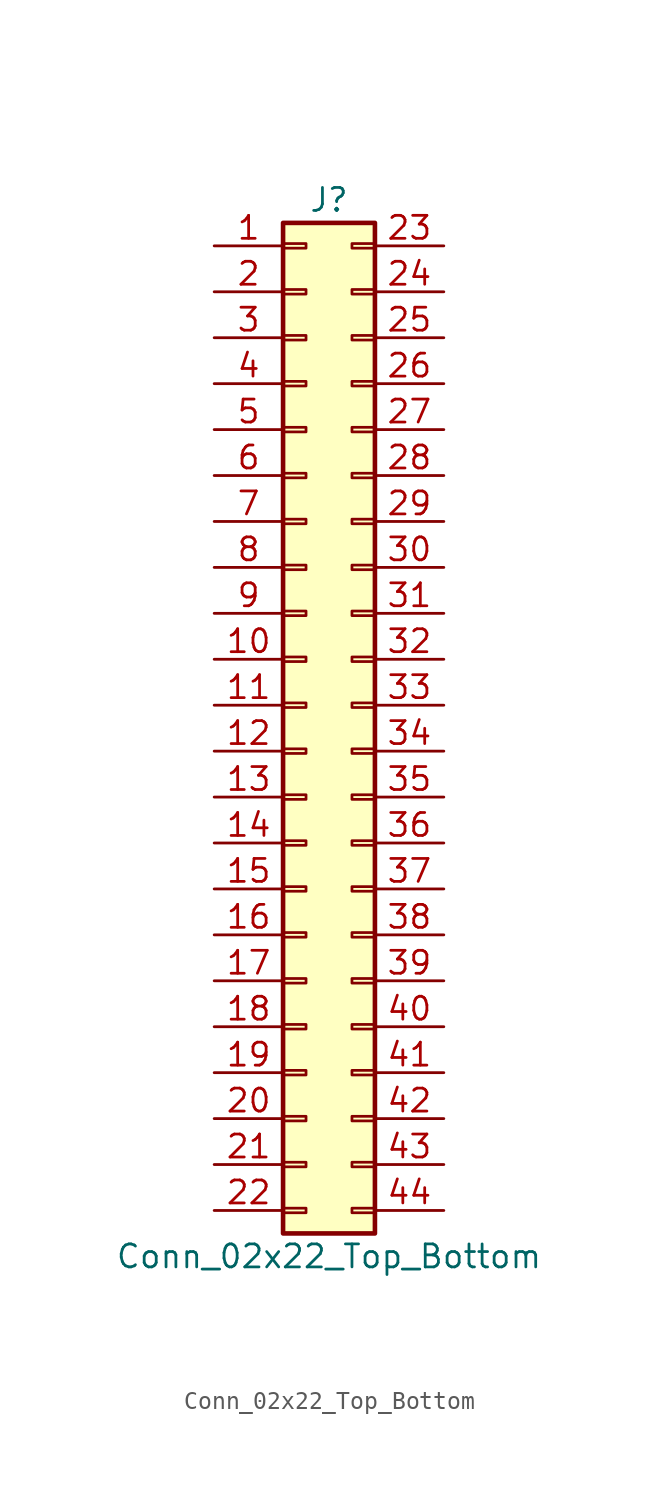
<source format=kicad_sym>
(kicad_symbol_lib
  (version 20211014)
  (generator kicad_symbol_editor)
  (symbol "Conn_02x22_Top_Bottom"
    (pin_names
      (offset 1.016) hide)
    (property "Reference" "J"
      (at 1.27 27.94 0)
      (effects (font (size 1.27 1.27))))
    (property "Value" "Conn_02x22_Top_Bottom"
      (at 1.27 -30.48 0)
      (effects (font (size 1.27 1.27))))
    (symbol "Conn_02x22_Top_Bottom_1_1"
      (rectangle (start -1.27 -27.813) (end 0 -28.067) (stroke (width 0.152) (type default) (color 0 0 0 0)) (fill (type none)))
      (rectangle (start -1.27 -25.273) (end 0 -25.527) (stroke (width 0.152) (type default) (color 0 0 0 0)) (fill (type none)))
      (rectangle (start -1.27 -22.733) (end 0 -22.987) (stroke (width 0.152) (type default) (color 0 0 0 0)) (fill (type none)))
      (rectangle (start -1.27 -20.193) (end 0 -20.447) (stroke (width 0.152) (type default) (color 0 0 0 0)) (fill (type none)))
      (rectangle (start -1.27 -17.653) (end 0 -17.907) (stroke (width 0.152) (type default) (color 0 0 0 0)) (fill (type none)))
      (rectangle (start -1.27 -15.113) (end 0 -15.367) (stroke (width 0.152) (type default) (color 0 0 0 0)) (fill (type none)))
      (rectangle (start -1.27 -12.573) (end 0 -12.827) (stroke (width 0.152) (type default) (color 0 0 0 0)) (fill (type none)))
      (rectangle (start -1.27 -10.033) (end 0 -10.287) (stroke (width 0.152) (type default) (color 0 0 0 0)) (fill (type none)))
      (rectangle (start -1.27 -7.493) (end 0 -7.747) (stroke (width 0.152) (type default) (color 0 0 0 0)) (fill (type none)))
      (rectangle (start -1.27 -4.953) (end 0 -5.207) (stroke (width 0.152) (type default) (color 0 0 0 0)) (fill (type none)))
      (rectangle (start -1.27 -2.413) (end 0 -2.667) (stroke (width 0.152) (type default) (color 0 0 0 0)) (fill (type none)))
      (rectangle (start -1.27 0.127) (end 0 -0.127) (stroke (width 0.152) (type default) (color 0 0 0 0)) (fill (type none)))
      (rectangle (start -1.27 2.667) (end 0 2.413) (stroke (width 0.152) (type default) (color 0 0 0 0)) (fill (type none)))
      (rectangle (start -1.27 5.207) (end 0 4.953) (stroke (width 0.152) (type default) (color 0 0 0 0)) (fill (type none)))
      (rectangle (start -1.27 7.747) (end 0 7.493) (stroke (width 0.152) (type default) (color 0 0 0 0)) (fill (type none)))
      (rectangle (start -1.27 10.287) (end 0 10.033) (stroke (width 0.152) (type default) (color 0 0 0 0)) (fill (type none)))
      (rectangle (start -1.27 12.827) (end 0 12.573) (stroke (width 0.152) (type default) (color 0 0 0 0)) (fill (type none)))
      (rectangle (start -1.27 15.367) (end 0 15.113) (stroke (width 0.152) (type default) (color 0 0 0 0)) (fill (type none)))
      (rectangle (start -1.27 17.907) (end 0 17.653) (stroke (width 0.152) (type default) (color 0 0 0 0)) (fill (type none)))
      (rectangle (start -1.27 20.447) (end 0 20.193) (stroke (width 0.152) (type default) (color 0 0 0 0)) (fill (type none)))
      (rectangle (start -1.27 22.987) (end 0 22.733) (stroke (width 0.152) (type default) (color 0 0 0 0)) (fill (type none)))
      (rectangle (start -1.27 25.527) (end 0 25.273) (stroke (width 0.152) (type default) (color 0 0 0 0)) (fill (type none)))
      (rectangle (start -1.27 26.67) (end 3.81 -29.21) (stroke (width 0.254) (type default) (color 0 0 0 0)) (fill (type background)))
      (rectangle (start 3.81 -27.813) (end 2.54 -28.067) (stroke (width 0.152) (type default) (color 0 0 0 0)) (fill (type none)))
      (rectangle (start 3.81 -25.273) (end 2.54 -25.527) (stroke (width 0.152) (type default) (color 0 0 0 0)) (fill (type none)))
      (rectangle (start 3.81 -22.733) (end 2.54 -22.987) (stroke (width 0.152) (type default) (color 0 0 0 0)) (fill (type none)))
      (rectangle (start 3.81 -20.193) (end 2.54 -20.447) (stroke (width 0.152) (type default) (color 0 0 0 0)) (fill (type none)))
      (rectangle (start 3.81 -17.653) (end 2.54 -17.907) (stroke (width 0.152) (type default) (color 0 0 0 0)) (fill (type none)))
      (rectangle (start 3.81 -15.113) (end 2.54 -15.367) (stroke (width 0.152) (type default) (color 0 0 0 0)) (fill (type none)))
      (rectangle (start 3.81 -12.573) (end 2.54 -12.827) (stroke (width 0.152) (type default) (color 0 0 0 0)) (fill (type none)))
      (rectangle (start 3.81 -10.033) (end 2.54 -10.287) (stroke (width 0.152) (type default) (color 0 0 0 0)) (fill (type none)))
      (rectangle (start 3.81 -7.493) (end 2.54 -7.747) (stroke (width 0.152) (type default) (color 0 0 0 0)) (fill (type none)))
      (rectangle (start 3.81 -4.953) (end 2.54 -5.207) (stroke (width 0.152) (type default) (color 0 0 0 0)) (fill (type none)))
      (rectangle (start 3.81 -2.413) (end 2.54 -2.667) (stroke (width 0.152) (type default) (color 0 0 0 0)) (fill (type none)))
      (rectangle (start 3.81 0.127) (end 2.54 -0.127) (stroke (width 0.152) (type default) (color 0 0 0 0)) (fill (type none)))
      (rectangle (start 3.81 2.667) (end 2.54 2.413) (stroke (width 0.152) (type default) (color 0 0 0 0)) (fill (type none)))
      (rectangle (start 3.81 5.207) (end 2.54 4.953) (stroke (width 0.152) (type default) (color 0 0 0 0)) (fill (type none)))
      (rectangle (start 3.81 7.747) (end 2.54 7.493) (stroke (width 0.152) (type default) (color 0 0 0 0)) (fill (type none)))
      (rectangle (start 3.81 10.287) (end 2.54 10.033) (stroke (width 0.152) (type default) (color 0 0 0 0)) (fill (type none)))
      (rectangle (start 3.81 12.827) (end 2.54 12.573) (stroke (width 0.152) (type default) (color 0 0 0 0)) (fill (type none)))
      (rectangle (start 3.81 15.367) (end 2.54 15.113) (stroke (width 0.152) (type default) (color 0 0 0 0)) (fill (type none)))
      (rectangle (start 3.81 17.907) (end 2.54 17.653) (stroke (width 0.152) (type default) (color 0 0 0 0)) (fill (type none)))
      (rectangle (start 3.81 20.447) (end 2.54 20.193) (stroke (width 0.152) (type default) (color 0 0 0 0)) (fill (type none)))
      (rectangle (start 3.81 22.987) (end 2.54 22.733) (stroke (width 0.152) (type default) (color 0 0 0 0)) (fill (type none)))
      (rectangle (start 3.81 25.527) (end 2.54 25.273) (stroke (width 0.152) (type default) (color 0 0 0 0)) (fill (type none)))
      (pin passive line (at -5.08 25.4 0) (length 3.81) (name "Pin_1" (effects (font (size 1.27 1.27)))) (number "1" (effects (font (size 1.27 1.27)))))
      (pin passive line (at -5.08 2.54 0) (length 3.81) (name "Pin_10" (effects (font (size 1.27 1.27)))) (number "10" (effects (font (size 1.27 1.27)))))
      (pin passive line (at -5.08 0 0) (length 3.81) (name "Pin_11" (effects (font (size 1.27 1.27)))) (number "11" (effects (font (size 1.27 1.27)))))
      (pin passive line (at -5.08 -2.54 0) (length 3.81) (name "Pin_12" (effects (font (size 1.27 1.27)))) (number "12" (effects (font (size 1.27 1.27)))))
      (pin passive line (at -5.08 -5.08 0) (length 3.81) (name "Pin_13" (effects (font (size 1.27 1.27)))) (number "13" (effects (font (size 1.27 1.27)))))
      (pin passive line (at -5.08 -7.62 0) (length 3.81) (name "Pin_14" (effects (font (size 1.27 1.27)))) (number "14" (effects (font (size 1.27 1.27)))))
      (pin passive line (at -5.08 -10.16 0) (length 3.81) (name "Pin_15" (effects (font (size 1.27 1.27)))) (number "15" (effects (font (size 1.27 1.27)))))
      (pin passive line (at -5.08 -12.7 0) (length 3.81) (name "Pin_16" (effects (font (size 1.27 1.27)))) (number "16" (effects (font (size 1.27 1.27)))))
      (pin passive line (at -5.08 -15.24 0) (length 3.81) (name "Pin_17" (effects (font (size 1.27 1.27)))) (number "17" (effects (font (size 1.27 1.27)))))
      (pin passive line (at -5.08 -17.78 0) (length 3.81) (name "Pin_18" (effects (font (size 1.27 1.27)))) (number "18" (effects (font (size 1.27 1.27)))))
      (pin passive line (at -5.08 -20.32 0) (length 3.81) (name "Pin_19" (effects (font (size 1.27 1.27)))) (number "19" (effects (font (size 1.27 1.27)))))
      (pin passive line (at -5.08 22.86 0) (length 3.81) (name "Pin_2" (effects (font (size 1.27 1.27)))) (number "2" (effects (font (size 1.27 1.27)))))
      (pin passive line (at -5.08 -22.86 0) (length 3.81) (name "Pin_20" (effects (font (size 1.27 1.27)))) (number "20" (effects (font (size 1.27 1.27)))))
      (pin passive line (at -5.08 -25.4 0) (length 3.81) (name "Pin_21" (effects (font (size 1.27 1.27)))) (number "21" (effects (font (size 1.27 1.27)))))
      (pin passive line (at -5.08 -27.94 0) (length 3.81) (name "Pin_22" (effects (font (size 1.27 1.27)))) (number "22" (effects (font (size 1.27 1.27)))))
      (pin passive line (at 7.62 25.4 180) (length 3.81) (name "Pin_23" (effects (font (size 1.27 1.27)))) (number "23" (effects (font (size 1.27 1.27)))))
      (pin passive line (at 7.62 22.86 180) (length 3.81) (name "Pin_24" (effects (font (size 1.27 1.27)))) (number "24" (effects (font (size 1.27 1.27)))))
      (pin passive line (at 7.62 20.32 180) (length 3.81) (name "Pin_25" (effects (font (size 1.27 1.27)))) (number "25" (effects (font (size 1.27 1.27)))))
      (pin passive line (at 7.62 17.78 180) (length 3.81) (name "Pin_26" (effects (font (size 1.27 1.27)))) (number "26" (effects (font (size 1.27 1.27)))))
      (pin passive line (at 7.62 15.24 180) (length 3.81) (name "Pin_27" (effects (font (size 1.27 1.27)))) (number "27" (effects (font (size 1.27 1.27)))))
      (pin passive line (at 7.62 12.7 180) (length 3.81) (name "Pin_28" (effects (font (size 1.27 1.27)))) (number "28" (effects (font (size 1.27 1.27)))))
      (pin passive line (at 7.62 10.16 180) (length 3.81) (name "Pin_29" (effects (font (size 1.27 1.27)))) (number "29" (effects (font (size 1.27 1.27)))))
      (pin passive line (at -5.08 20.32 0) (length 3.81) (name "Pin_3" (effects (font (size 1.27 1.27)))) (number "3" (effects (font (size 1.27 1.27)))))
      (pin passive line (at 7.62 7.62 180) (length 3.81) (name "Pin_30" (effects (font (size 1.27 1.27)))) (number "30" (effects (font (size 1.27 1.27)))))
      (pin passive line (at 7.62 5.08 180) (length 3.81) (name "Pin_31" (effects (font (size 1.27 1.27)))) (number "31" (effects (font (size 1.27 1.27)))))
      (pin passive line (at 7.62 2.54 180) (length 3.81) (name "Pin_32" (effects (font (size 1.27 1.27)))) (number "32" (effects (font (size 1.27 1.27)))))
      (pin passive line (at 7.62 0 180) (length 3.81) (name "Pin_33" (effects (font (size 1.27 1.27)))) (number "33" (effects (font (size 1.27 1.27)))))
      (pin passive line (at 7.62 -2.54 180) (length 3.81) (name "Pin_34" (effects (font (size 1.27 1.27)))) (number "34" (effects (font (size 1.27 1.27)))))
      (pin passive line (at 7.62 -5.08 180) (length 3.81) (name "Pin_35" (effects (font (size 1.27 1.27)))) (number "35" (effects (font (size 1.27 1.27)))))
      (pin passive line (at 7.62 -7.62 180) (length 3.81) (name "Pin_36" (effects (font (size 1.27 1.27)))) (number "36" (effects (font (size 1.27 1.27)))))
      (pin passive line (at 7.62 -10.16 180) (length 3.81) (name "Pin_37" (effects (font (size 1.27 1.27)))) (number "37" (effects (font (size 1.27 1.27)))))
      (pin passive line (at 7.62 -12.7 180) (length 3.81) (name "Pin_38" (effects (font (size 1.27 1.27)))) (number "38" (effects (font (size 1.27 1.27)))))
      (pin passive line (at 7.62 -15.24 180) (length 3.81) (name "Pin_39" (effects (font (size 1.27 1.27)))) (number "39" (effects (font (size 1.27 1.27)))))
      (pin passive line (at -5.08 17.78 0) (length 3.81) (name "Pin_4" (effects (font (size 1.27 1.27)))) (number "4" (effects (font (size 1.27 1.27)))))
      (pin passive line (at 7.62 -17.78 180) (length 3.81) (name "Pin_40" (effects (font (size 1.27 1.27)))) (number "40" (effects (font (size 1.27 1.27)))))
      (pin passive line (at 7.62 -20.32 180) (length 3.81) (name "Pin_41" (effects (font (size 1.27 1.27)))) (number "41" (effects (font (size 1.27 1.27)))))
      (pin passive line (at 7.62 -22.86 180) (length 3.81) (name "Pin_42" (effects (font (size 1.27 1.27)))) (number "42" (effects (font (size 1.27 1.27)))))
      (pin passive line (at 7.62 -25.4 180) (length 3.81) (name "Pin_43" (effects (font (size 1.27 1.27)))) (number "43" (effects (font (size 1.27 1.27)))))
      (pin passive line (at 7.62 -27.94 180) (length 3.81) (name "Pin_44" (effects (font (size 1.27 1.27)))) (number "44" (effects (font (size 1.27 1.27)))))
      (pin passive line (at -5.08 15.24 0) (length 3.81) (name "Pin_5" (effects (font (size 1.27 1.27)))) (number "5" (effects (font (size 1.27 1.27)))))
      (pin passive line (at -5.08 12.7 0) (length 3.81) (name "Pin_6" (effects (font (size 1.27 1.27)))) (number "6" (effects (font (size 1.27 1.27)))))
      (pin passive line (at -5.08 10.16 0) (length 3.81) (name "Pin_7" (effects (font (size 1.27 1.27)))) (number "7" (effects (font (size 1.27 1.27)))))
      (pin passive line (at -5.08 7.62 0) (length 3.81) (name "Pin_8" (effects (font (size 1.27 1.27)))) (number "8" (effects (font (size 1.27 1.27)))))
      (pin passive line (at -5.08 5.08 0) (length 3.81) (name "Pin_9" (effects (font (size 1.27 1.27)))) (number "9" (effects (font (size 1.27 1.27))))))))
</source>
